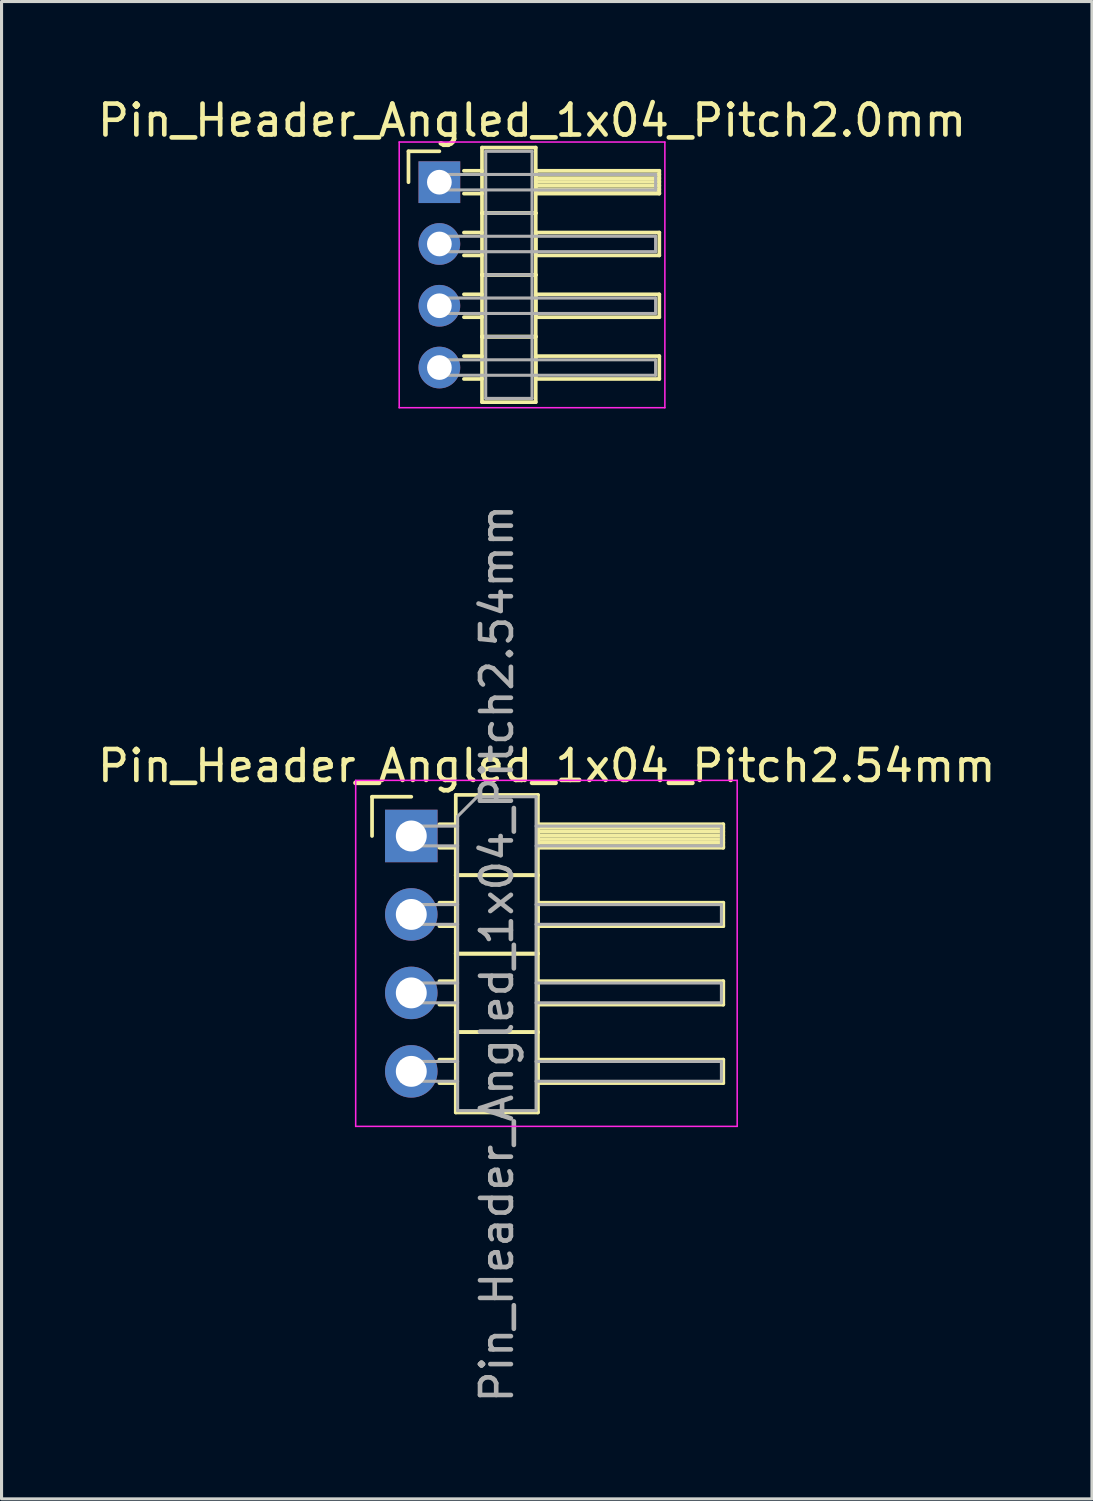
<source format=kicad_pcb>
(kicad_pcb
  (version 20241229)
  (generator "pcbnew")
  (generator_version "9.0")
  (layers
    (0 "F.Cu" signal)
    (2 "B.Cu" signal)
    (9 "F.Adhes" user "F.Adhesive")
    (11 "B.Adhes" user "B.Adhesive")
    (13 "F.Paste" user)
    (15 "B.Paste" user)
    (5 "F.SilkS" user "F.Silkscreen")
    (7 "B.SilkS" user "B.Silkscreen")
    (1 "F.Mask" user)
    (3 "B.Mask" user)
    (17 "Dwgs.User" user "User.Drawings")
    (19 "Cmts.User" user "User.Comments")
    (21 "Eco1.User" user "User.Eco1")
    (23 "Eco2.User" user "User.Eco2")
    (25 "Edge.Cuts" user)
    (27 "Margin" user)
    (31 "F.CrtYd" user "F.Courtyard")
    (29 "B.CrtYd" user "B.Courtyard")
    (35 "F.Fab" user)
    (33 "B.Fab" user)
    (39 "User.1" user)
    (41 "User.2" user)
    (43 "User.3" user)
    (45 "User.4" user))
  (footprint "Pin_Header_Angled_1x04_Pitch2.54mm"
    (layer "F.Cu")
    (at 10.264 24.012)
    (property "Reference" "Pin_Header_Angled_1x04_Pitch2.54mm" (at 4.385 -2.27 0) (layer "F.SilkS") (effects (font (size 1 1) (thickness 0.15))))
    (attr through_hole)
    (fp_line (start -1.27 -1.27) (end 0 -1.27) (stroke (width 0.12) (type solid)) (layer "F.SilkS"))
    (fp_line (start -1.27 0) (end -1.27 -1.27) (stroke (width 0.12) (type solid)) (layer "F.SilkS"))
    (fp_line (start 0.91 -0.38) (end 1.44 -0.38) (stroke (width 0.12) (type solid)) (layer "F.SilkS"))
    (fp_line (start 0.91 0.38) (end 1.44 0.38) (stroke (width 0.12) (type solid)) (layer "F.SilkS"))
    (fp_line (start 0.91 2.16) (end 1.44 2.16) (stroke (width 0.12) (type solid)) (layer "F.SilkS"))
    (fp_line (start 0.91 2.92) (end 1.44 2.92) (stroke (width 0.12) (type solid)) (layer "F.SilkS"))
    (fp_line (start 0.91 4.7) (end 1.44 4.7) (stroke (width 0.12) (type solid)) (layer "F.SilkS"))
    (fp_line (start 0.91 5.46) (end 1.44 5.46) (stroke (width 0.12) (type solid)) (layer "F.SilkS"))
    (fp_line (start 0.91 7.24) (end 1.44 7.24) (stroke (width 0.12) (type solid)) (layer "F.SilkS"))
    (fp_line (start 0.91 8) (end 1.44 8) (stroke (width 0.12) (type solid)) (layer "F.SilkS"))
    (fp_line (start 1.44 -1.33) (end 1.44 1.27) (stroke (width 0.12) (type solid)) (layer "F.SilkS"))
    (fp_line (start 1.44 1.27) (end 1.44 3.81) (stroke (width 0.12) (type solid)) (layer "F.SilkS"))
    (fp_line (start 1.44 1.27) (end 4.1 1.27) (stroke (width 0.12) (type solid)) (layer "F.SilkS"))
    (fp_line (start 1.44 3.81) (end 1.44 6.35) (stroke (width 0.12) (type solid)) (layer "F.SilkS"))
    (fp_line (start 1.44 3.81) (end 4.1 3.81) (stroke (width 0.12) (type solid)) (layer "F.SilkS"))
    (fp_line (start 1.44 6.35) (end 1.44 8.95) (stroke (width 0.12) (type solid)) (layer "F.SilkS"))
    (fp_line (start 1.44 6.35) (end 4.1 6.35) (stroke (width 0.12) (type solid)) (layer "F.SilkS"))
    (fp_line (start 1.44 8.95) (end 4.1 8.95) (stroke (width 0.12) (type solid)) (layer "F.SilkS"))
    (fp_line (start 4.1 -1.33) (end 1.44 -1.33) (stroke (width 0.12) (type solid)) (layer "F.SilkS"))
    (fp_line (start 4.1 -0.38) (end 4.1 0.38) (stroke (width 0.12) (type solid)) (layer "F.SilkS"))
    (fp_line (start 4.1 -0.26) (end 10.1 -0.26) (stroke (width 0.12) (type solid)) (layer "F.SilkS"))
    (fp_line (start 4.1 -0.14) (end 10.1 -0.14) (stroke (width 0.12) (type solid)) (layer "F.SilkS"))
    (fp_line (start 4.1 -0.02) (end 10.1 -0.02) (stroke (width 0.12) (type solid)) (layer "F.SilkS"))
    (fp_line (start 4.1 0.1) (end 10.1 0.1) (stroke (width 0.12) (type solid)) (layer "F.SilkS"))
    (fp_line (start 4.1 0.22) (end 10.1 0.22) (stroke (width 0.12) (type solid)) (layer "F.SilkS"))
    (fp_line (start 4.1 0.34) (end 10.1 0.34) (stroke (width 0.12) (type solid)) (layer "F.SilkS"))
    (fp_line (start 4.1 0.38) (end 10.1 0.38) (stroke (width 0.12) (type solid)) (layer "F.SilkS"))
    (fp_line (start 4.1 1.27) (end 1.44 1.27) (stroke (width 0.12) (type solid)) (layer "F.SilkS"))
    (fp_line (start 4.1 1.27) (end 4.1 -1.33) (stroke (width 0.12) (type solid)) (layer "F.SilkS"))
    (fp_line (start 4.1 2.16) (end 4.1 2.92) (stroke (width 0.12) (type solid)) (layer "F.SilkS"))
    (fp_line (start 4.1 2.92) (end 10.1 2.92) (stroke (width 0.12) (type solid)) (layer "F.SilkS"))
    (fp_line (start 4.1 3.81) (end 1.44 3.81) (stroke (width 0.12) (type solid)) (layer "F.SilkS"))
    (fp_line (start 4.1 3.81) (end 4.1 1.27) (stroke (width 0.12) (type solid)) (layer "F.SilkS"))
    (fp_line (start 4.1 4.7) (end 4.1 5.46) (stroke (width 0.12) (type solid)) (layer "F.SilkS"))
    (fp_line (start 4.1 5.46) (end 10.1 5.46) (stroke (width 0.12) (type solid)) (layer "F.SilkS"))
    (fp_line (start 4.1 6.35) (end 1.44 6.35) (stroke (width 0.12) (type solid)) (layer "F.SilkS"))
    (fp_line (start 4.1 6.35) (end 4.1 3.81) (stroke (width 0.12) (type solid)) (layer "F.SilkS"))
    (fp_line (start 4.1 7.24) (end 4.1 8) (stroke (width 0.12) (type solid)) (layer "F.SilkS"))
    (fp_line (start 4.1 8) (end 10.1 8) (stroke (width 0.12) (type solid)) (layer "F.SilkS"))
    (fp_line (start 4.1 8.95) (end 4.1 6.35) (stroke (width 0.12) (type solid)) (layer "F.SilkS"))
    (fp_line (start 10.1 -0.38) (end 4.1 -0.38) (stroke (width 0.12) (type solid)) (layer "F.SilkS"))
    (fp_line (start 10.1 0.38) (end 10.1 -0.38) (stroke (width 0.12) (type solid)) (layer "F.SilkS"))
    (fp_line (start 10.1 2.16) (end 4.1 2.16) (stroke (width 0.12) (type solid)) (layer "F.SilkS"))
    (fp_line (start 10.1 2.92) (end 10.1 2.16) (stroke (width 0.12) (type solid)) (layer "F.SilkS"))
    (fp_line (start 10.1 4.7) (end 4.1 4.7) (stroke (width 0.12) (type solid)) (layer "F.SilkS"))
    (fp_line (start 10.1 5.46) (end 10.1 4.7) (stroke (width 0.12) (type solid)) (layer "F.SilkS"))
    (fp_line (start 10.1 7.24) (end 4.1 7.24) (stroke (width 0.12) (type solid)) (layer "F.SilkS"))
    (fp_line (start 10.1 8) (end 10.1 7.24) (stroke (width 0.12) (type solid)) (layer "F.SilkS"))
    (fp_line (start -1.8 -1.8) (end -1.8 9.4) (stroke (width 0.05) (type solid)) (layer "F.CrtYd"))
    (fp_line (start -1.8 9.4) (end 10.55 9.4) (stroke (width 0.05) (type solid)) (layer "F.CrtYd"))
    (fp_line (start 10.55 -1.8) (end -1.8 -1.8) (stroke (width 0.05) (type solid)) (layer "F.CrtYd"))
    (fp_line (start 10.55 9.4) (end 10.55 -1.8) (stroke (width 0.05) (type solid)) (layer "F.CrtYd"))
    (fp_line (start -0.32 -0.32) (end -0.32 0.32) (stroke (width 0.1) (type solid)) (layer "F.Fab"))
    (fp_line (start -0.32 -0.32) (end 1.5 -0.32) (stroke (width 0.1) (type solid)) (layer "F.Fab"))
    (fp_line (start -0.32 0.32) (end 1.5 0.32) (stroke (width 0.1) (type solid)) (layer "F.Fab"))
    (fp_line (start -0.32 2.22) (end -0.32 2.86) (stroke (width 0.1) (type solid)) (layer "F.Fab"))
    (fp_line (start -0.32 2.22) (end 1.5 2.22) (stroke (width 0.1) (type solid)) (layer "F.Fab"))
    (fp_line (start -0.32 2.86) (end 1.5 2.86) (stroke (width 0.1) (type solid)) (layer "F.Fab"))
    (fp_line (start -0.32 4.76) (end -0.32 5.4) (stroke (width 0.1) (type solid)) (layer "F.Fab"))
    (fp_line (start -0.32 4.76) (end 1.5 4.76) (stroke (width 0.1) (type solid)) (layer "F.Fab"))
    (fp_line (start -0.32 5.4) (end 1.5 5.4) (stroke (width 0.1) (type solid)) (layer "F.Fab"))
    (fp_line (start -0.32 7.3) (end -0.32 7.94) (stroke (width 0.1) (type solid)) (layer "F.Fab"))
    (fp_line (start -0.32 7.3) (end 1.5 7.3) (stroke (width 0.1) (type solid)) (layer "F.Fab"))
    (fp_line (start -0.32 7.94) (end 1.5 7.94) (stroke (width 0.1) (type solid)) (layer "F.Fab"))
    (fp_line (start 1.5 -0.635) (end 2.135 -1.27) (stroke (width 0.1) (type solid)) (layer "F.Fab"))
    (fp_line (start 1.5 8.89) (end 1.5 -0.635) (stroke (width 0.1) (type solid)) (layer "F.Fab"))
    (fp_line (start 2.135 -1.27) (end 4.04 -1.27) (stroke (width 0.1) (type solid)) (layer "F.Fab"))
    (fp_line (start 4.04 -1.27) (end 4.04 8.89) (stroke (width 0.1) (type solid)) (layer "F.Fab"))
    (fp_line (start 4.04 -0.32) (end 10.04 -0.32) (stroke (width 0.1) (type solid)) (layer "F.Fab"))
    (fp_line (start 4.04 0.32) (end 10.04 0.32) (stroke (width 0.1) (type solid)) (layer "F.Fab"))
    (fp_line (start 4.04 2.22) (end 10.04 2.22) (stroke (width 0.1) (type solid)) (layer "F.Fab"))
    (fp_line (start 4.04 2.86) (end 10.04 2.86) (stroke (width 0.1) (type solid)) (layer "F.Fab"))
    (fp_line (start 4.04 4.76) (end 10.04 4.76) (stroke (width 0.1) (type solid)) (layer "F.Fab"))
    (fp_line (start 4.04 5.4) (end 10.04 5.4) (stroke (width 0.1) (type solid)) (layer "F.Fab"))
    (fp_line (start 4.04 7.3) (end 10.04 7.3) (stroke (width 0.1) (type solid)) (layer "F.Fab"))
    (fp_line (start 4.04 7.94) (end 10.04 7.94) (stroke (width 0.1) (type solid)) (layer "F.Fab"))
    (fp_line (start 4.04 8.89) (end 1.5 8.89) (stroke (width 0.1) (type solid)) (layer "F.Fab"))
    (fp_line (start 10.04 -0.32) (end 10.04 0.32) (stroke (width 0.1) (type solid)) (layer "F.Fab"))
    (fp_line (start 10.04 2.22) (end 10.04 2.86) (stroke (width 0.1) (type solid)) (layer "F.Fab"))
    (fp_line (start 10.04 4.76) (end 10.04 5.4) (stroke (width 0.1) (type solid)) (layer "F.Fab"))
    (fp_line (start 10.04 7.3) (end 10.04 7.94) (stroke (width 0.1) (type solid)) (layer "F.Fab"))
    (fp_text user "${REFERENCE}" (at 2.77 3.81 90) (layer "F.Fab") (effects (font (size 1 1) (thickness 0.15))))
    (pad "1" thru_hole rect (at 0 0) (size 1.7 1.7) (drill 1) (layers "*.Cu" "*.Mask"))
    (pad "2" thru_hole oval (at 0 2.54) (size 1.7 1.7) (drill 1) (layers "*.Cu" "*.Mask"))
    (pad "3" thru_hole oval (at 0 5.08) (size 1.7 1.7) (drill 1) (layers "*.Cu" "*.Mask"))
    (pad "4" thru_hole oval (at 0 7.62) (size 1.7 1.7) (drill 1) (layers "*.Cu" "*.Mask")))
  (footprint "Pin_Header_Angled_1x04_Pitch2.0mm"
    (layer "F.Cu")
    (at 11.173 2.848)
    (property "Reference" "Pin_Header_Angled_1x04_Pitch2.0mm" (at 3 -2 0) (layer "F.SilkS") (effects (font (size 1 1) (thickness 0.15))))
    (attr through_hole)
    (fp_line (start -1 -1) (end 0 -1) (stroke (width 0.12) (type solid)) (layer "F.SilkS"))
    (fp_line (start -1 0) (end -1 -1) (stroke (width 0.12) (type solid)) (layer "F.SilkS"))
    (fp_line (start 0.795 -0.37) (end 1.38 -0.37) (stroke (width 0.12) (type solid)) (layer "F.SilkS"))
    (fp_line (start 0.795 0.37) (end 1.38 0.37) (stroke (width 0.12) (type solid)) (layer "F.SilkS"))
    (fp_line (start 0.795 1.63) (end 1.38 1.63) (stroke (width 0.12) (type solid)) (layer "F.SilkS"))
    (fp_line (start 0.795 2.37) (end 1.38 2.37) (stroke (width 0.12) (type solid)) (layer "F.SilkS"))
    (fp_line (start 0.795 3.63) (end 1.38 3.63) (stroke (width 0.12) (type solid)) (layer "F.SilkS"))
    (fp_line (start 0.795 4.37) (end 1.38 4.37) (stroke (width 0.12) (type solid)) (layer "F.SilkS"))
    (fp_line (start 0.795 5.63) (end 1.38 5.63) (stroke (width 0.12) (type solid)) (layer "F.SilkS"))
    (fp_line (start 0.795 6.37) (end 1.38 6.37) (stroke (width 0.12) (type solid)) (layer "F.SilkS"))
    (fp_line (start 1.38 -1.12) (end 1.38 1) (stroke (width 0.12) (type solid)) (layer "F.SilkS"))
    (fp_line (start 1.38 1) (end 1.38 3) (stroke (width 0.12) (type solid)) (layer "F.SilkS"))
    (fp_line (start 1.38 1) (end 3.12 1) (stroke (width 0.12) (type solid)) (layer "F.SilkS"))
    (fp_line (start 1.38 3) (end 1.38 5) (stroke (width 0.12) (type solid)) (layer "F.SilkS"))
    (fp_line (start 1.38 3) (end 3.12 3) (stroke (width 0.12) (type solid)) (layer "F.SilkS"))
    (fp_line (start 1.38 5) (end 1.38 7.12) (stroke (width 0.12) (type solid)) (layer "F.SilkS"))
    (fp_line (start 1.38 5) (end 3.12 5) (stroke (width 0.12) (type solid)) (layer "F.SilkS"))
    (fp_line (start 1.38 7.12) (end 3.12 7.12) (stroke (width 0.12) (type solid)) (layer "F.SilkS"))
    (fp_line (start 3.12 -1.12) (end 1.38 -1.12) (stroke (width 0.12) (type solid)) (layer "F.SilkS"))
    (fp_line (start 3.12 -0.37) (end 3.12 0.37) (stroke (width 0.12) (type solid)) (layer "F.SilkS"))
    (fp_line (start 3.12 -0.25) (end 7.12 -0.25) (stroke (width 0.12) (type solid)) (layer "F.SilkS"))
    (fp_line (start 3.12 -0.13) (end 7.12 -0.13) (stroke (width 0.12) (type solid)) (layer "F.SilkS"))
    (fp_line (start 3.12 -0.01) (end 7.12 -0.01) (stroke (width 0.12) (type solid)) (layer "F.SilkS"))
    (fp_line (start 3.12 0.11) (end 7.12 0.11) (stroke (width 0.12) (type solid)) (layer "F.SilkS"))
    (fp_line (start 3.12 0.23) (end 7.12 0.23) (stroke (width 0.12) (type solid)) (layer "F.SilkS"))
    (fp_line (start 3.12 0.35) (end 7.12 0.35) (stroke (width 0.12) (type solid)) (layer "F.SilkS"))
    (fp_line (start 3.12 0.37) (end 7.12 0.37) (stroke (width 0.12) (type solid)) (layer "F.SilkS"))
    (fp_line (start 3.12 1) (end 1.38 1) (stroke (width 0.12) (type solid)) (layer "F.SilkS"))
    (fp_line (start 3.12 1) (end 3.12 -1.12) (stroke (width 0.12) (type solid)) (layer "F.SilkS"))
    (fp_line (start 3.12 1.63) (end 3.12 2.37) (stroke (width 0.12) (type solid)) (layer "F.SilkS"))
    (fp_line (start 3.12 2.37) (end 7.12 2.37) (stroke (width 0.12) (type solid)) (layer "F.SilkS"))
    (fp_line (start 3.12 3) (end 1.38 3) (stroke (width 0.12) (type solid)) (layer "F.SilkS"))
    (fp_line (start 3.12 3) (end 3.12 1) (stroke (width 0.12) (type solid)) (layer "F.SilkS"))
    (fp_line (start 3.12 3.63) (end 3.12 4.37) (stroke (width 0.12) (type solid)) (layer "F.SilkS"))
    (fp_line (start 3.12 4.37) (end 7.12 4.37) (stroke (width 0.12) (type solid)) (layer "F.SilkS"))
    (fp_line (start 3.12 5) (end 1.38 5) (stroke (width 0.12) (type solid)) (layer "F.SilkS"))
    (fp_line (start 3.12 5) (end 3.12 3) (stroke (width 0.12) (type solid)) (layer "F.SilkS"))
    (fp_line (start 3.12 5.63) (end 3.12 6.37) (stroke (width 0.12) (type solid)) (layer "F.SilkS"))
    (fp_line (start 3.12 6.37) (end 7.12 6.37) (stroke (width 0.12) (type solid)) (layer "F.SilkS"))
    (fp_line (start 3.12 7.12) (end 3.12 5) (stroke (width 0.12) (type solid)) (layer "F.SilkS"))
    (fp_line (start 7.12 -0.37) (end 3.12 -0.37) (stroke (width 0.12) (type solid)) (layer "F.SilkS"))
    (fp_line (start 7.12 0.37) (end 7.12 -0.37) (stroke (width 0.12) (type solid)) (layer "F.SilkS"))
    (fp_line (start 7.12 1.63) (end 3.12 1.63) (stroke (width 0.12) (type solid)) (layer "F.SilkS"))
    (fp_line (start 7.12 2.37) (end 7.12 1.63) (stroke (width 0.12) (type solid)) (layer "F.SilkS"))
    (fp_line (start 7.12 3.63) (end 3.12 3.63) (stroke (width 0.12) (type solid)) (layer "F.SilkS"))
    (fp_line (start 7.12 4.37) (end 7.12 3.63) (stroke (width 0.12) (type solid)) (layer "F.SilkS"))
    (fp_line (start 7.12 5.63) (end 3.12 5.63) (stroke (width 0.12) (type solid)) (layer "F.SilkS"))
    (fp_line (start 7.12 6.37) (end 7.12 5.63) (stroke (width 0.12) (type solid)) (layer "F.SilkS"))
    (fp_line (start -1.3 -1.3) (end -1.3 7.3) (stroke (width 0.05) (type solid)) (layer "F.CrtYd"))
    (fp_line (start -1.3 7.3) (end 7.3 7.3) (stroke (width 0.05) (type solid)) (layer "F.CrtYd"))
    (fp_line (start 7.3 -1.3) (end -1.3 -1.3) (stroke (width 0.05) (type solid)) (layer "F.CrtYd"))
    (fp_line (start 7.3 7.3) (end 7.3 -1.3) (stroke (width 0.05) (type solid)) (layer "F.CrtYd"))
    (fp_line (start 0 -0.25) (end 0 0.25) (stroke (width 0.1) (type solid)) (layer "F.Fab"))
    (fp_line (start 0 0.25) (end 7 0.25) (stroke (width 0.1) (type solid)) (layer "F.Fab"))
    (fp_line (start 0 1.75) (end 0 2.25) (stroke (width 0.1) (type solid)) (layer "F.Fab"))
    (fp_line (start 0 2.25) (end 7 2.25) (stroke (width 0.1) (type solid)) (layer "F.Fab"))
    (fp_line (start 0 3.75) (end 0 4.25) (stroke (width 0.1) (type solid)) (layer "F.Fab"))
    (fp_line (start 0 4.25) (end 7 4.25) (stroke (width 0.1) (type solid)) (layer "F.Fab"))
    (fp_line (start 0 5.75) (end 0 6.25) (stroke (width 0.1) (type solid)) (layer "F.Fab"))
    (fp_line (start 0 6.25) (end 7 6.25) (stroke (width 0.1) (type solid)) (layer "F.Fab"))
    (fp_line (start 1.5 -1) (end 1.5 1) (stroke (width 0.1) (type solid)) (layer "F.Fab"))
    (fp_line (start 1.5 1) (end 1.5 3) (stroke (width 0.1) (type solid)) (layer "F.Fab"))
    (fp_line (start 1.5 1) (end 3 1) (stroke (width 0.1) (type solid)) (layer "F.Fab"))
    (fp_line (start 1.5 3) (end 1.5 5) (stroke (width 0.1) (type solid)) (layer "F.Fab"))
    (fp_line (start 1.5 3) (end 3 3) (stroke (width 0.1) (type solid)) (layer "F.Fab"))
    (fp_line (start 1.5 5) (end 1.5 7) (stroke (width 0.1) (type solid)) (layer "F.Fab"))
    (fp_line (start 1.5 5) (end 3 5) (stroke (width 0.1) (type solid)) (layer "F.Fab"))
    (fp_line (start 1.5 7) (end 3 7) (stroke (width 0.1) (type solid)) (layer "F.Fab"))
    (fp_line (start 3 -1) (end 1.5 -1) (stroke (width 0.1) (type solid)) (layer "F.Fab"))
    (fp_line (start 3 1) (end 1.5 1) (stroke (width 0.1) (type solid)) (layer "F.Fab"))
    (fp_line (start 3 1) (end 3 -1) (stroke (width 0.1) (type solid)) (layer "F.Fab"))
    (fp_line (start 3 3) (end 1.5 3) (stroke (width 0.1) (type solid)) (layer "F.Fab"))
    (fp_line (start 3 3) (end 3 1) (stroke (width 0.1) (type solid)) (layer "F.Fab"))
    (fp_line (start 3 5) (end 1.5 5) (stroke (width 0.1) (type solid)) (layer "F.Fab"))
    (fp_line (start 3 5) (end 3 3) (stroke (width 0.1) (type solid)) (layer "F.Fab"))
    (fp_line (start 3 7) (end 3 5) (stroke (width 0.1) (type solid)) (layer "F.Fab"))
    (fp_line (start 7 -0.25) (end 0 -0.25) (stroke (width 0.1) (type solid)) (layer "F.Fab"))
    (fp_line (start 7 0.25) (end 7 -0.25) (stroke (width 0.1) (type solid)) (layer "F.Fab"))
    (fp_line (start 7 1.75) (end 0 1.75) (stroke (width 0.1) (type solid)) (layer "F.Fab"))
    (fp_line (start 7 2.25) (end 7 1.75) (stroke (width 0.1) (type solid)) (layer "F.Fab"))
    (fp_line (start 7 3.75) (end 0 3.75) (stroke (width 0.1) (type solid)) (layer "F.Fab"))
    (fp_line (start 7 4.25) (end 7 3.75) (stroke (width 0.1) (type solid)) (layer "F.Fab"))
    (fp_line (start 7 5.75) (end 0 5.75) (stroke (width 0.1) (type solid)) (layer "F.Fab"))
    (fp_line (start 7 6.25) (end 7 5.75) (stroke (width 0.1) (type solid)) (layer "F.Fab"))
    (pad "1" thru_hole rect (at 0 0) (size 1.35 1.35) (drill 0.8) (layers "*.Cu" "*.Mask"))
    (pad "2" thru_hole oval (at 0 2) (size 1.35 1.35) (drill 0.8) (layers "*.Cu" "*.Mask"))
    (pad "3" thru_hole oval (at 0 4) (size 1.35 1.35) (drill 0.8) (layers "*.Cu" "*.Mask"))
    (pad "4" thru_hole oval (at 0 6) (size 1.35 1.35) (drill 0.8) (layers "*.Cu" "*.Mask")))
  (gr_rect
    (start -3 -3)
    (end 32.298 45.471)
    (stroke (width 0.1) (type default))
    (fill no)
    (layer "Edge.Cuts")))
</source>
